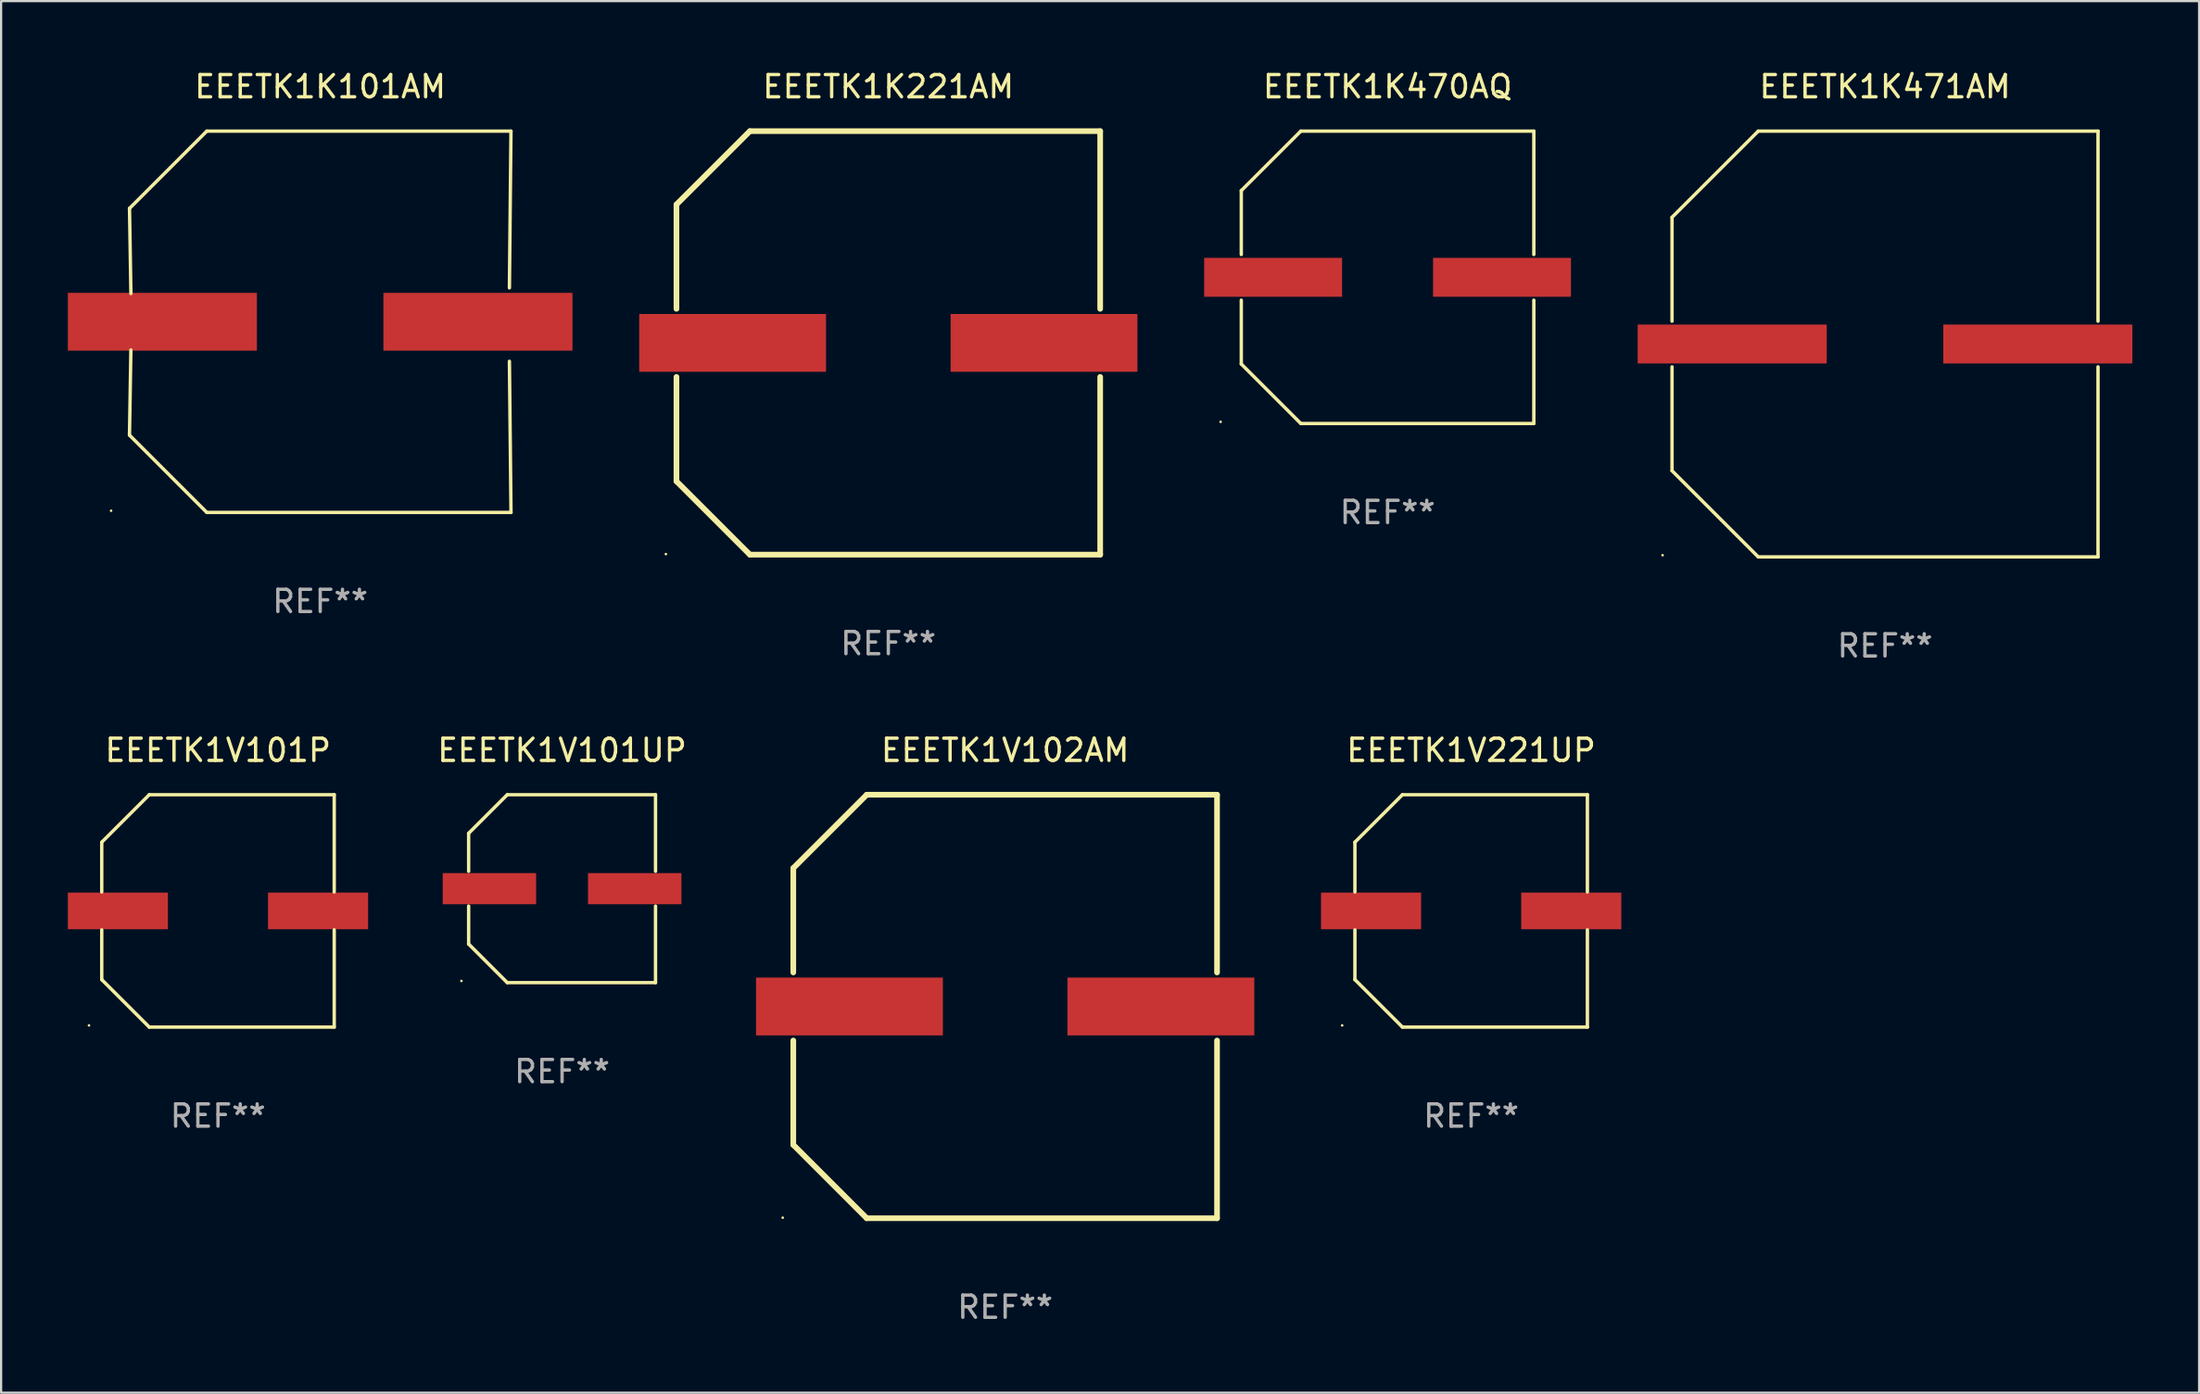
<source format=kicad_pcb>
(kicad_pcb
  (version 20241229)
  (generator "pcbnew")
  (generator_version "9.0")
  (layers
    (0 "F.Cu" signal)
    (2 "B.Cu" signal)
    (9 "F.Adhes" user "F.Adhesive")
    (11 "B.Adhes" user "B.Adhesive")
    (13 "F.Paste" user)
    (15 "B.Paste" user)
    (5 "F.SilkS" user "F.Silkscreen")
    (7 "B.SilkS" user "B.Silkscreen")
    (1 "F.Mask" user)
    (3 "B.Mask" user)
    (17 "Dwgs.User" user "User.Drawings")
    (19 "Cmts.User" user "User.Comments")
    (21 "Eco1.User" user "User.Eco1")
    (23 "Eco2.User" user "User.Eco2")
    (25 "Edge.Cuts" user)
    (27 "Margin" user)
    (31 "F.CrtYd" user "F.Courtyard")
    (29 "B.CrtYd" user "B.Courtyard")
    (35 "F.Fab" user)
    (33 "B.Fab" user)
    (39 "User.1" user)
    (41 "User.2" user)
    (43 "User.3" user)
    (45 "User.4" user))
  (footprint "EEETK1K221AM"
    (layer "F.Cu")
    (at 36.887 12.373)
    (property "Reference" "EEETK1K221AM" (at 0 -11.525 0) (layer "F.SilkS") (effects (font (size 1 1) (thickness 0.15))))
    (attr through_hole)
    (fp_line (start -9.525 -6.223) (end -9.525 -1.531) (stroke (width 0.254) (type solid)) (layer "F.SilkS"))
    (fp_line (start -9.525 1.531) (end -9.525 6.223) (stroke (width 0.254) (type solid)) (layer "F.SilkS"))
    (fp_line (start -9.525 6.223) (end -6.223 9.525) (stroke (width 0.254) (type solid)) (layer "F.SilkS"))
    (fp_line (start -6.223 -9.525) (end -9.525 -6.223) (stroke (width 0.254) (type solid)) (layer "F.SilkS"))
    (fp_line (start -6.223 9.525) (end 9.525 9.525) (stroke (width 0.254) (type solid)) (layer "F.SilkS"))
    (fp_line (start 9.525 -9.525) (end -6.223 -9.525) (stroke (width 0.254) (type solid)) (layer "F.SilkS"))
    (fp_line (start 9.525 -1.531) (end 9.525 -9.525) (stroke (width 0.254) (type solid)) (layer "F.SilkS"))
    (fp_line (start 9.525 9.525) (end 9.525 1.531) (stroke (width 0.254) (type solid)) (layer "F.SilkS"))
    (fp_circle (center -10 9.5) (end -9.97 9.5) (stroke (width 0.06) (type solid)) (fill no) (layer "F.SilkS"))
    (fp_text user "REF**" (at 0 13.525 0) (layer "F.Fab") (effects (font (size 1 1) (thickness 0.15))))
    (pad "1" smd rect (at -7 0) (size 8.4 2.6) (layers "F.Cu" "F.Mask" "F.Paste"))
    (pad "2" smd rect (at 7 0) (size 8.4 2.6) (layers "F.Cu" "F.Mask" "F.Paste")))
  (footprint "EEETK1V101UP"
    (layer "F.Cu")
    (at 22.22 36.923)
    (property "Reference" "EEETK1V101UP" (at 0 -6.226 0) (layer "F.SilkS") (effects (font (size 1 1) (thickness 0.15))))
    (attr through_hole)
    (fp_line (start -4.201 -2.49) (end -4.201 -0.782) (stroke (width 0.152) (type solid)) (layer "F.SilkS"))
    (fp_line (start -4.201 2.49) (end -4.201 0.782) (stroke (width 0.152) (type solid)) (layer "F.SilkS"))
    (fp_line (start -2.465 -4.226) (end -4.201 -2.49) (stroke (width 0.152) (type solid)) (layer "F.SilkS"))
    (fp_line (start -2.465 4.226) (end -4.201 2.49) (stroke (width 0.152) (type solid)) (layer "F.SilkS"))
    (fp_line (start 4.201 -4.226) (end -2.465 -4.226) (stroke (width 0.152) (type solid)) (layer "F.SilkS"))
    (fp_line (start 4.201 -0.782) (end 4.201 -4.226) (stroke (width 0.152) (type solid)) (layer "F.SilkS"))
    (fp_line (start 4.201 0.782) (end 4.201 4.226) (stroke (width 0.152) (type solid)) (layer "F.SilkS"))
    (fp_line (start 4.201 4.226) (end -2.465 4.226) (stroke (width 0.152) (type solid)) (layer "F.SilkS"))
    (fp_circle (center -4.524 4.15) (end -4.494 4.15) (stroke (width 0.06) (type solid)) (fill no) (layer "F.SilkS"))
    (fp_text user "REF**" (at 0 8.226 0) (layer "F.Fab") (effects (font (size 1 1) (thickness 0.15))))
    (pad "1" smd rect (at -3.267 0) (size 4.2 1.4) (layers "F.Cu" "F.Mask" "F.Paste"))
    (pad "2" smd rect (at 3.267 0) (size 4.2 1.4) (layers "F.Cu" "F.Mask" "F.Paste")))
  (footprint "EEETK1V102AM"
    (layer "F.Cu")
    (at 42.14 42.222)
    (property "Reference" "EEETK1V102AM" (at 0 -11.525 0) (layer "F.SilkS") (effects (font (size 1 1) (thickness 0.15))))
    (attr through_hole)
    (fp_line (start -9.525 -6.223) (end -9.525 -1.531) (stroke (width 0.254) (type solid)) (layer "F.SilkS"))
    (fp_line (start -9.525 1.531) (end -9.525 6.223) (stroke (width 0.254) (type solid)) (layer "F.SilkS"))
    (fp_line (start -9.525 6.223) (end -6.223 9.525) (stroke (width 0.254) (type solid)) (layer "F.SilkS"))
    (fp_line (start -6.223 -9.525) (end -9.525 -6.223) (stroke (width 0.254) (type solid)) (layer "F.SilkS"))
    (fp_line (start -6.223 9.525) (end 9.525 9.525) (stroke (width 0.254) (type solid)) (layer "F.SilkS"))
    (fp_line (start 9.525 -9.525) (end -6.223 -9.525) (stroke (width 0.254) (type solid)) (layer "F.SilkS"))
    (fp_line (start 9.525 -1.531) (end 9.525 -9.525) (stroke (width 0.254) (type solid)) (layer "F.SilkS"))
    (fp_line (start 9.525 9.525) (end 9.525 1.531) (stroke (width 0.254) (type solid)) (layer "F.SilkS"))
    (fp_circle (center -10 9.5) (end -9.97 9.5) (stroke (width 0.06) (type solid)) (fill no) (layer "F.SilkS"))
    (fp_text user "REF**" (at 0 13.525 0) (layer "F.Fab") (effects (font (size 1 1) (thickness 0.15))))
    (pad "1" smd rect (at -7 0) (size 8.4 2.6) (layers "F.Cu" "F.Mask" "F.Paste"))
    (pad "2" smd rect (at 7 0) (size 8.4 2.6) (layers "F.Cu" "F.Mask" "F.Paste")))
  (footprint "EEETK1V221UP"
    (layer "F.Cu")
    (at 63.09 37.923)
    (property "Reference" "EEETK1V221UP" (at 0 -7.226 0) (layer "F.SilkS") (effects (font (size 1 1) (thickness 0.15))))
    (attr through_hole)
    (fp_line (start -5.226 -3.09) (end -5.226 -0.852) (stroke (width 0.152) (type solid)) (layer "F.SilkS"))
    (fp_line (start -5.226 3.09) (end -5.226 0.852) (stroke (width 0.152) (type solid)) (layer "F.SilkS"))
    (fp_line (start -3.09 -5.226) (end -5.226 -3.09) (stroke (width 0.152) (type solid)) (layer "F.SilkS"))
    (fp_line (start -3.09 5.226) (end -5.226 3.09) (stroke (width 0.152) (type solid)) (layer "F.SilkS"))
    (fp_line (start 5.226 -5.226) (end -3.09 -5.226) (stroke (width 0.152) (type solid)) (layer "F.SilkS"))
    (fp_line (start 5.226 -0.852) (end 5.226 -5.226) (stroke (width 0.152) (type solid)) (layer "F.SilkS"))
    (fp_line (start 5.226 0.852) (end 5.226 5.226) (stroke (width 0.152) (type solid)) (layer "F.SilkS"))
    (fp_line (start 5.226 5.226) (end -3.09 5.226) (stroke (width 0.152) (type solid)) (layer "F.SilkS"))
    (fp_circle (center -5.8 5.15) (end -5.77 5.15) (stroke (width 0.06) (type solid)) (fill no) (layer "F.SilkS"))
    (fp_text user "REF**" (at 0 9.226 0) (layer "F.Fab") (effects (font (size 1 1) (thickness 0.15))))
    (pad "1" smd rect (at -4.5 0) (size 4.5 1.65) (layers "F.Cu" "F.Mask" "F.Paste"))
    (pad "2" smd rect (at 4.5 0) (size 4.5 1.65) (layers "F.Cu" "F.Mask" "F.Paste")))
  (footprint "EEETK1K101AM"
    (layer "F.Cu")
    (at 11.347 11.424)
    (property "Reference" "EEETK1K101AM" (at 0 -10.576 0) (layer "F.SilkS") (effects (font (size 1 1) (thickness 0.15))))
    (attr through_hole)
    (fp_line (start -8.576 5.099) (end -8.513 1.269) (stroke (width 0.152) (type solid)) (layer "F.SilkS"))
    (fp_line (start -8.575 -5.101) (end -8.512 -1.271) (stroke (width 0.152) (type solid)) (layer "F.SilkS"))
    (fp_line (start -5.1 -8.576) (end -8.575 -5.101) (stroke (width 0.152) (type solid)) (layer "F.SilkS"))
    (fp_line (start -5.1 8.576) (end -8.576 5.099) (stroke (width 0.152) (type solid)) (layer "F.SilkS"))
    (fp_line (start 8.505 -1.525) (end 8.575 -8.576) (stroke (width 0.152) (type solid)) (layer "F.SilkS"))
    (fp_line (start 8.505 1.777) (end 8.576 8.576) (stroke (width 0.152) (type solid)) (layer "F.SilkS"))
    (fp_line (start 8.575 -8.576) (end -5.1 -8.576) (stroke (width 0.152) (type solid)) (layer "F.SilkS"))
    (fp_line (start 8.576 8.576) (end -5.1 8.576) (stroke (width 0.152) (type solid)) (layer "F.SilkS"))
    (fp_circle (center -9.402 8.499) (end -9.372 8.499) (stroke (width 0.06) (type solid)) (fill no) (layer "F.SilkS"))
    (fp_text user "REF**" (at 0 12.576 0) (layer "F.Fab") (effects (font (size 1 1) (thickness 0.15))))
    (pad "1" smd rect (at -7.097 -0.001) (size 8.5 2.6) (layers "F.Cu" "F.Mask" "F.Paste"))
    (pad "2" smd rect (at 7.09 -0.001) (size 8.5 2.6) (layers "F.Cu" "F.Mask" "F.Paste")))
  (footprint "EEETK1K470AQ"
    (layer "F.Cu")
    (at 59.332 9.424)
    (property "Reference" "EEETK1K470AQ" (at 0 -8.576 0) (layer "F.SilkS") (effects (font (size 1 1) (thickness 0.15))))
    (attr through_hole)
    (fp_line (start -6.576 -3.9) (end -6.576 -1.027) (stroke (width 0.152) (type solid)) (layer "F.SilkS"))
    (fp_line (start -6.576 3.9) (end -6.576 1.027) (stroke (width 0.152) (type solid)) (layer "F.SilkS"))
    (fp_line (start -3.9 -6.576) (end -6.576 -3.9) (stroke (width 0.152) (type solid)) (layer "F.SilkS"))
    (fp_line (start -3.9 6.576) (end -6.576 3.9) (stroke (width 0.152) (type solid)) (layer "F.SilkS"))
    (fp_line (start 6.576 -6.576) (end -3.9 -6.576) (stroke (width 0.152) (type solid)) (layer "F.SilkS"))
    (fp_line (start 6.576 -1.027) (end 6.576 -6.576) (stroke (width 0.152) (type solid)) (layer "F.SilkS"))
    (fp_line (start 6.576 1.027) (end 6.576 6.576) (stroke (width 0.152) (type solid)) (layer "F.SilkS"))
    (fp_line (start 6.576 6.576) (end -3.9 6.576) (stroke (width 0.152) (type solid)) (layer "F.SilkS"))
    (fp_circle (center -7.506 6.5) (end -7.476 6.5) (stroke (width 0.06) (type solid)) (fill no) (layer "F.SilkS"))
    (fp_text user "REF**" (at 0 10.576 0) (layer "F.Fab") (effects (font (size 1 1) (thickness 0.15))))
    (pad "1" smd rect (at -5.145 0) (size 6.2 1.75) (layers "F.Cu" "F.Mask" "F.Paste"))
    (pad "2" smd rect (at 5.145 0) (size 6.2 1.75) (layers "F.Cu" "F.Mask" "F.Paste")))
  (footprint "EEETK1V101P"
    (layer "F.Cu")
    (at 6.75 37.923)
    (property "Reference" "EEETK1V101P" (at 0 -7.226 0) (layer "F.SilkS") (effects (font (size 1 1) (thickness 0.15))))
    (attr through_hole)
    (fp_line (start -5.226 -3.09) (end -5.226 -0.852) (stroke (width 0.152) (type solid)) (layer "F.SilkS"))
    (fp_line (start -5.226 3.09) (end -5.226 0.852) (stroke (width 0.152) (type solid)) (layer "F.SilkS"))
    (fp_line (start -3.09 -5.226) (end -5.226 -3.09) (stroke (width 0.152) (type solid)) (layer "F.SilkS"))
    (fp_line (start -3.09 5.226) (end -5.226 3.09) (stroke (width 0.152) (type solid)) (layer "F.SilkS"))
    (fp_line (start 5.226 -5.226) (end -3.09 -5.226) (stroke (width 0.152) (type solid)) (layer "F.SilkS"))
    (fp_line (start 5.226 -0.852) (end 5.226 -5.226) (stroke (width 0.152) (type solid)) (layer "F.SilkS"))
    (fp_line (start 5.226 0.852) (end 5.226 5.226) (stroke (width 0.152) (type solid)) (layer "F.SilkS"))
    (fp_line (start 5.226 5.226) (end -3.09 5.226) (stroke (width 0.152) (type solid)) (layer "F.SilkS"))
    (fp_circle (center -5.8 5.15) (end -5.77 5.15) (stroke (width 0.06) (type solid)) (fill no) (layer "F.SilkS"))
    (fp_text user "REF**" (at 0 9.226 0) (layer "F.Fab") (effects (font (size 1 1) (thickness 0.15))))
    (pad "1" smd rect (at -4.5 0) (size 4.5 1.65) (layers "F.Cu" "F.Mask" "F.Paste"))
    (pad "2" smd rect (at 4.5 0) (size 4.5 1.65) (layers "F.Cu" "F.Mask" "F.Paste")))
  (footprint "EEETK1K471AM"
    (layer "F.Cu")
    (at 81.697 12.424)
    (property "Reference" "EEETK1K471AM" (at 0 -11.576 0) (layer "F.SilkS") (effects (font (size 1 1) (thickness 0.15))))
    (attr through_hole)
    (fp_line (start -9.576 -5.7) (end -5.7 -9.576) (stroke (width 0.152) (type solid)) (layer "F.SilkS"))
    (fp_line (start -9.576 -1.027) (end -9.576 -5.7) (stroke (width 0.152) (type solid)) (layer "F.SilkS"))
    (fp_line (start -9.576 1.027) (end -9.576 5.7) (stroke (width 0.152) (type solid)) (layer "F.SilkS"))
    (fp_line (start -9.576 5.7) (end -5.7 9.576) (stroke (width 0.152) (type solid)) (layer "F.SilkS"))
    (fp_line (start -5.7 -9.576) (end 9.576 -9.576) (stroke (width 0.152) (type solid)) (layer "F.SilkS"))
    (fp_line (start -5.7 9.576) (end 9.576 9.576) (stroke (width 0.152) (type solid)) (layer "F.SilkS"))
    (fp_line (start 9.576 -9.576) (end 9.576 -1.027) (stroke (width 0.152) (type solid)) (layer "F.SilkS"))
    (fp_line (start 9.576 9.576) (end 9.576 1.027) (stroke (width 0.152) (type solid)) (layer "F.SilkS"))
    (fp_circle (center -10 9.5) (end -9.97 9.5) (stroke (width 0.06) (type solid)) (fill no) (layer "F.SilkS"))
    (fp_text user "REF**" (at 0 13.576 0) (layer "F.Fab") (effects (font (size 1 1) (thickness 0.15))))
    (pad "1" smd rect (at -6.87 0) (size 8.5 1.75) (layers "F.Cu" "F.Mask" "F.Paste"))
    (pad "2" smd rect (at 6.87 0) (size 8.5 1.75) (layers "F.Cu" "F.Mask" "F.Paste")))
  (gr_rect
    (start -3 -3)
    (end 95.817 59.595)
    (stroke (width 0.1) (type default))
    (fill no)
    (layer "Edge.Cuts")))
</source>
